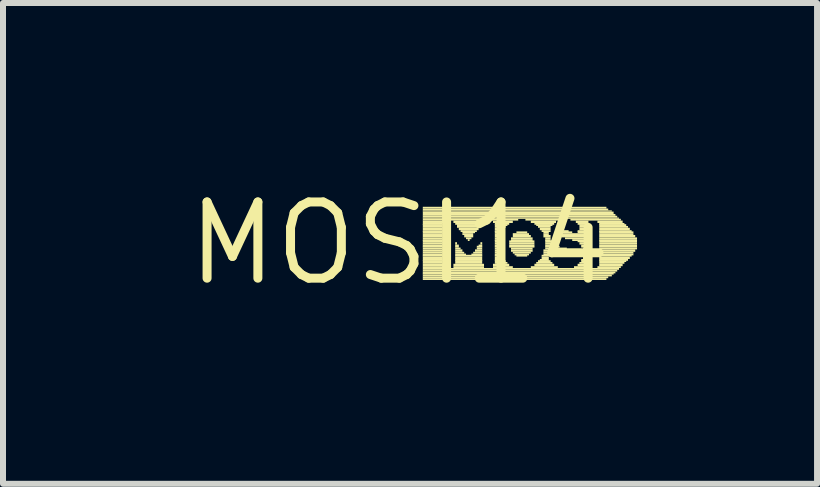
<source format=kicad_pcb>
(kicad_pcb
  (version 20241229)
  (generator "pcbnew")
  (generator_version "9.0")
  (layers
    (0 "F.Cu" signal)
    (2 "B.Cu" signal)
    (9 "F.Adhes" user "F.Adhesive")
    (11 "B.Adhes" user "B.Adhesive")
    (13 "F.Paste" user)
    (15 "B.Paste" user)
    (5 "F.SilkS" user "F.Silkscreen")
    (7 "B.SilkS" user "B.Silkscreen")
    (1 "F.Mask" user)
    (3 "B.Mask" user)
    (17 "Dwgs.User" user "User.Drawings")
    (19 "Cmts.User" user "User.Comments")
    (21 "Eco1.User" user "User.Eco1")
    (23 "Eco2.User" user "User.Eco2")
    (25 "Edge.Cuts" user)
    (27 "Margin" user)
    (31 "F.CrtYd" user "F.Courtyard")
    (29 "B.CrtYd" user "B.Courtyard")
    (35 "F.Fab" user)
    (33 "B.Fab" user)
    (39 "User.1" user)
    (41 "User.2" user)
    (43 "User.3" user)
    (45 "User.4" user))
  (footprint "MOSI14"
    (layer "F.Cu")
    (at 3.606 1.006)
    (property "Reference" "MOSI14" (at 0 0 0) (layer "F.SilkS") (effects (font (size 1.27 1.27) (thickness 0.15))))
    (fp_poly (pts (xy 0.39 -0.58) (xy 3.45 -0.58) (xy 3.45 -0.61) (xy 0.39 -0.61)) (stroke (width 0) (type solid)) (fill yes) (layer "F.SilkS"))
    (fp_poly (pts (xy 0.39 -0.55) (xy 3.48 -0.55) (xy 3.48 -0.58) (xy 0.39 -0.58)) (stroke (width 0) (type solid)) (fill yes) (layer "F.SilkS"))
    (fp_poly (pts (xy 0.39 -0.53) (xy 3.54 -0.53) (xy 3.54 -0.55) (xy 0.39 -0.55)) (stroke (width 0) (type solid)) (fill yes) (layer "F.SilkS"))
    (fp_poly (pts (xy 0.39 -0.49) (xy 3.57 -0.49) (xy 3.57 -0.53) (xy 0.39 -0.53)) (stroke (width 0) (type solid)) (fill yes) (layer "F.SilkS"))
    (fp_poly (pts (xy 0.39 -0.46) (xy 3.6 -0.46) (xy 3.6 -0.49) (xy 0.39 -0.49)) (stroke (width 0) (type solid)) (fill yes) (layer "F.SilkS"))
    (fp_poly (pts (xy 0.39 -0.43) (xy 3.63 -0.43) (xy 3.63 -0.46) (xy 0.39 -0.46)) (stroke (width 0) (type solid)) (fill yes) (layer "F.SilkS"))
    (fp_poly (pts (xy 0.39 -0.41) (xy 3.66 -0.41) (xy 3.66 -0.43) (xy 0.39 -0.43)) (stroke (width 0) (type solid)) (fill yes) (layer "F.SilkS"))
    (fp_poly (pts (xy 0.39 -0.38) (xy 1.98 -0.38) (xy 1.98 -0.41) (xy 0.39 -0.41)) (stroke (width 0) (type solid)) (fill yes) (layer "F.SilkS"))
    (fp_poly (pts (xy 0.39 -0.34) (xy 0.75 -0.34) (xy 0.75 -0.38) (xy 0.39 -0.38)) (stroke (width 0) (type solid)) (fill yes) (layer "F.SilkS"))
    (fp_poly (pts (xy 0.39 -0.31) (xy 0.72 -0.31) (xy 0.72 -0.34) (xy 0.39 -0.34)) (stroke (width 0) (type solid)) (fill yes) (layer "F.SilkS"))
    (fp_poly (pts (xy 0.39 -0.29) (xy 0.72 -0.29) (xy 0.72 -0.32) (xy 0.39 -0.32)) (stroke (width 0) (type solid)) (fill yes) (layer "F.SilkS"))
    (fp_poly (pts (xy 0.39 -0.26) (xy 0.72 -0.26) (xy 0.72 -0.29) (xy 0.39 -0.29)) (stroke (width 0) (type solid)) (fill yes) (layer "F.SilkS"))
    (fp_poly (pts (xy 0.39 -0.22) (xy 0.72 -0.22) (xy 0.72 -0.26) (xy 0.39 -0.26)) (stroke (width 0) (type solid)) (fill yes) (layer "F.SilkS"))
    (fp_poly (pts (xy 0.39 -0.19) (xy 0.72 -0.19) (xy 0.72 -0.22) (xy 0.39 -0.22)) (stroke (width 0) (type solid)) (fill yes) (layer "F.SilkS"))
    (fp_poly (pts (xy 0.39 -0.17) (xy 0.72 -0.17) (xy 0.72 -0.2) (xy 0.39 -0.2)) (stroke (width 0) (type solid)) (fill yes) (layer "F.SilkS"))
    (fp_poly (pts (xy 0.39 -0.14) (xy 0.72 -0.14) (xy 0.72 -0.17) (xy 0.39 -0.17)) (stroke (width 0) (type solid)) (fill yes) (layer "F.SilkS"))
    (fp_poly (pts (xy 0.39 -0.1) (xy 0.72 -0.1) (xy 0.72 -0.14) (xy 0.39 -0.14)) (stroke (width 0) (type solid)) (fill yes) (layer "F.SilkS"))
    (fp_poly (pts (xy 0.39 -0.07) (xy 0.72 -0.07) (xy 0.72 -0.1) (xy 0.39 -0.1)) (stroke (width 0) (type solid)) (fill yes) (layer "F.SilkS"))
    (fp_poly (pts (xy 0.39 -0.04) (xy 0.72 -0.04) (xy 0.72 -0.07) (xy 0.39 -0.07)) (stroke (width 0) (type solid)) (fill yes) (layer "F.SilkS"))
    (fp_poly (pts (xy 0.39 -0.02) (xy 0.72 -0.02) (xy 0.72 -0.05) (xy 0.39 -0.05)) (stroke (width 0) (type solid)) (fill yes) (layer "F.SilkS"))
    (fp_poly (pts (xy 0.39 0.02) (xy 0.72 0.02) (xy 0.72 -0.02) (xy 0.39 -0.02)) (stroke (width 0) (type solid)) (fill yes) (layer "F.SilkS"))
    (fp_poly (pts (xy 0.39 0.05) (xy 0.72 0.05) (xy 0.72 0.02) (xy 0.39 0.02)) (stroke (width 0) (type solid)) (fill yes) (layer "F.SilkS"))
    (fp_poly (pts (xy 0.39 0.07) (xy 0.72 0.07) (xy 0.72 0.04) (xy 0.39 0.04)) (stroke (width 0) (type solid)) (fill yes) (layer "F.SilkS"))
    (fp_poly (pts (xy 0.39 0.1) (xy 0.72 0.1) (xy 0.72 0.07) (xy 0.39 0.07)) (stroke (width 0) (type solid)) (fill yes) (layer "F.SilkS"))
    (fp_poly (pts (xy 0.39 0.14) (xy 0.72 0.14) (xy 0.72 0.1) (xy 0.39 0.1)) (stroke (width 0) (type solid)) (fill yes) (layer "F.SilkS"))
    (fp_poly (pts (xy 0.39 0.17) (xy 0.72 0.17) (xy 0.72 0.14) (xy 0.39 0.14)) (stroke (width 0) (type solid)) (fill yes) (layer "F.SilkS"))
    (fp_poly (pts (xy 0.39 0.2) (xy 0.72 0.2) (xy 0.72 0.17) (xy 0.39 0.17)) (stroke (width 0) (type solid)) (fill yes) (layer "F.SilkS"))
    (fp_poly (pts (xy 0.39 0.22) (xy 0.72 0.22) (xy 0.72 0.19) (xy 0.39 0.19)) (stroke (width 0) (type solid)) (fill yes) (layer "F.SilkS"))
    (fp_poly (pts (xy 0.39 0.26) (xy 0.72 0.26) (xy 0.72 0.22) (xy 0.39 0.22)) (stroke (width 0) (type solid)) (fill yes) (layer "F.SilkS"))
    (fp_poly (pts (xy 0.39 0.29) (xy 0.72 0.29) (xy 0.72 0.26) (xy 0.39 0.26)) (stroke (width 0) (type solid)) (fill yes) (layer "F.SilkS"))
    (fp_poly (pts (xy 0.39 0.31) (xy 0.72 0.31) (xy 0.72 0.28) (xy 0.39 0.28)) (stroke (width 0) (type solid)) (fill yes) (layer "F.SilkS"))
    (fp_poly (pts (xy 0.39 0.34) (xy 0.72 0.34) (xy 0.72 0.31) (xy 0.39 0.31)) (stroke (width 0) (type solid)) (fill yes) (layer "F.SilkS"))
    (fp_poly (pts (xy 0.39 0.38) (xy 0.75 0.38) (xy 0.75 0.34) (xy 0.39 0.34)) (stroke (width 0) (type solid)) (fill yes) (layer "F.SilkS"))
    (fp_poly (pts (xy 0.39 0.41) (xy 0.75 0.41) (xy 0.75 0.38) (xy 0.39 0.38)) (stroke (width 0) (type solid)) (fill yes) (layer "F.SilkS"))
    (fp_poly (pts (xy 0.39 0.44) (xy 3.66 0.44) (xy 3.66 0.41) (xy 0.39 0.41)) (stroke (width 0) (type solid)) (fill yes) (layer "F.SilkS"))
    (fp_poly (pts (xy 0.39 0.47) (xy 3.63 0.47) (xy 3.63 0.44) (xy 0.39 0.44)) (stroke (width 0) (type solid)) (fill yes) (layer "F.SilkS"))
    (fp_poly (pts (xy 0.39 0.5) (xy 3.6 0.5) (xy 3.6 0.47) (xy 0.39 0.47)) (stroke (width 0) (type solid)) (fill yes) (layer "F.SilkS"))
    (fp_poly (pts (xy 0.39 0.52) (xy 3.57 0.52) (xy 3.57 0.49) (xy 0.39 0.49)) (stroke (width 0) (type solid)) (fill yes) (layer "F.SilkS"))
    (fp_poly (pts (xy 0.39 0.55) (xy 3.54 0.55) (xy 3.54 0.52) (xy 0.39 0.52)) (stroke (width 0) (type solid)) (fill yes) (layer "F.SilkS"))
    (fp_poly (pts (xy 0.39 0.58) (xy 3.48 0.58) (xy 3.48 0.55) (xy 0.39 0.55)) (stroke (width 0) (type solid)) (fill yes) (layer "F.SilkS"))
    (fp_poly (pts (xy 0.39 0.61) (xy 3.45 0.61) (xy 3.45 0.58) (xy 0.39 0.58)) (stroke (width 0) (type solid)) (fill yes) (layer "F.SilkS"))
    (fp_poly (pts (xy 0.9 -0.34) (xy 1.41 -0.34) (xy 1.41 -0.38) (xy 0.9 -0.38)) (stroke (width 0) (type solid)) (fill yes) (layer "F.SilkS"))
    (fp_poly (pts (xy 0.9 0.38) (xy 1.41 0.38) (xy 1.41 0.34) (xy 0.9 0.34)) (stroke (width 0) (type solid)) (fill yes) (layer "F.SilkS"))
    (fp_poly (pts (xy 0.9 0.41) (xy 1.41 0.41) (xy 1.41 0.38) (xy 0.9 0.38)) (stroke (width 0) (type solid)) (fill yes) (layer "F.SilkS"))
    (fp_poly (pts (xy 0.93 -0.31) (xy 1.38 -0.31) (xy 1.38 -0.34) (xy 0.93 -0.34)) (stroke (width 0) (type solid)) (fill yes) (layer "F.SilkS"))
    (fp_poly (pts (xy 0.93 0.02) (xy 0.96 0.02) (xy 0.96 -0.02) (xy 0.93 -0.02)) (stroke (width 0) (type solid)) (fill yes) (layer "F.SilkS"))
    (fp_poly (pts (xy 0.93 0.05) (xy 0.99 0.05) (xy 0.99 0.02) (xy 0.93 0.02)) (stroke (width 0) (type solid)) (fill yes) (layer "F.SilkS"))
    (fp_poly (pts (xy 0.93 0.07) (xy 0.99 0.07) (xy 0.99 0.04) (xy 0.93 0.04)) (stroke (width 0) (type solid)) (fill yes) (layer "F.SilkS"))
    (fp_poly (pts (xy 0.93 0.1) (xy 1.02 0.1) (xy 1.02 0.07) (xy 0.93 0.07)) (stroke (width 0) (type solid)) (fill yes) (layer "F.SilkS"))
    (fp_poly (pts (xy 0.93 0.14) (xy 1.05 0.14) (xy 1.05 0.1) (xy 0.93 0.1)) (stroke (width 0) (type solid)) (fill yes) (layer "F.SilkS"))
    (fp_poly (pts (xy 0.93 0.17) (xy 1.08 0.17) (xy 1.08 0.14) (xy 0.93 0.14)) (stroke (width 0) (type solid)) (fill yes) (layer "F.SilkS"))
    (fp_poly (pts (xy 0.93 0.2) (xy 1.11 0.2) (xy 1.11 0.17) (xy 0.93 0.17)) (stroke (width 0) (type solid)) (fill yes) (layer "F.SilkS"))
    (fp_poly (pts (xy 0.93 0.22) (xy 1.38 0.22) (xy 1.38 0.19) (xy 0.93 0.19)) (stroke (width 0) (type solid)) (fill yes) (layer "F.SilkS"))
    (fp_poly (pts (xy 0.93 0.26) (xy 1.38 0.26) (xy 1.38 0.22) (xy 0.93 0.22)) (stroke (width 0) (type solid)) (fill yes) (layer "F.SilkS"))
    (fp_poly (pts (xy 0.93 0.29) (xy 1.38 0.29) (xy 1.38 0.26) (xy 0.93 0.26)) (stroke (width 0) (type solid)) (fill yes) (layer "F.SilkS"))
    (fp_poly (pts (xy 0.93 0.31) (xy 1.38 0.31) (xy 1.38 0.28) (xy 0.93 0.28)) (stroke (width 0) (type solid)) (fill yes) (layer "F.SilkS"))
    (fp_poly (pts (xy 0.93 0.34) (xy 1.38 0.34) (xy 1.38 0.31) (xy 0.93 0.31)) (stroke (width 0) (type solid)) (fill yes) (layer "F.SilkS"))
    (fp_poly (pts (xy 0.96 -0.29) (xy 1.35 -0.29) (xy 1.35 -0.32) (xy 0.96 -0.32)) (stroke (width 0) (type solid)) (fill yes) (layer "F.SilkS"))
    (fp_poly (pts (xy 0.96 -0.26) (xy 1.32 -0.26) (xy 1.32 -0.29) (xy 0.96 -0.29)) (stroke (width 0) (type solid)) (fill yes) (layer "F.SilkS"))
    (fp_poly (pts (xy 0.99 -0.22) (xy 1.32 -0.22) (xy 1.32 -0.26) (xy 0.99 -0.26)) (stroke (width 0) (type solid)) (fill yes) (layer "F.SilkS"))
    (fp_poly (pts (xy 1.02 -0.19) (xy 1.29 -0.19) (xy 1.29 -0.22) (xy 1.02 -0.22)) (stroke (width 0) (type solid)) (fill yes) (layer "F.SilkS"))
    (fp_poly (pts (xy 1.05 -0.17) (xy 1.26 -0.17) (xy 1.26 -0.2) (xy 1.05 -0.2)) (stroke (width 0) (type solid)) (fill yes) (layer "F.SilkS"))
    (fp_poly (pts (xy 1.05 -0.14) (xy 1.23 -0.14) (xy 1.23 -0.17) (xy 1.05 -0.17)) (stroke (width 0) (type solid)) (fill yes) (layer "F.SilkS"))
    (fp_poly (pts (xy 1.08 -0.1) (xy 1.23 -0.1) (xy 1.23 -0.14) (xy 1.08 -0.14)) (stroke (width 0) (type solid)) (fill yes) (layer "F.SilkS"))
    (fp_poly (pts (xy 1.11 -0.07) (xy 1.2 -0.07) (xy 1.2 -0.1) (xy 1.11 -0.1)) (stroke (width 0) (type solid)) (fill yes) (layer "F.SilkS"))
    (fp_poly (pts (xy 1.14 -0.04) (xy 1.17 -0.04) (xy 1.17 -0.07) (xy 1.14 -0.07)) (stroke (width 0) (type solid)) (fill yes) (layer "F.SilkS"))
    (fp_poly (pts (xy 1.2 0.2) (xy 1.38 0.2) (xy 1.38 0.17) (xy 1.2 0.17)) (stroke (width 0) (type solid)) (fill yes) (layer "F.SilkS"))
    (fp_poly (pts (xy 1.23 0.17) (xy 1.38 0.17) (xy 1.38 0.14) (xy 1.23 0.14)) (stroke (width 0) (type solid)) (fill yes) (layer "F.SilkS"))
    (fp_poly (pts (xy 1.26 0.14) (xy 1.38 0.14) (xy 1.38 0.1) (xy 1.26 0.1)) (stroke (width 0) (type solid)) (fill yes) (layer "F.SilkS"))
    (fp_poly (pts (xy 1.29 0.07) (xy 1.38 0.07) (xy 1.38 0.04) (xy 1.29 0.04)) (stroke (width 0) (type solid)) (fill yes) (layer "F.SilkS"))
    (fp_poly (pts (xy 1.29 0.1) (xy 1.38 0.1) (xy 1.38 0.07) (xy 1.29 0.07)) (stroke (width 0) (type solid)) (fill yes) (layer "F.SilkS"))
    (fp_poly (pts (xy 1.32 0.05) (xy 1.38 0.05) (xy 1.38 0.02) (xy 1.32 0.02)) (stroke (width 0) (type solid)) (fill yes) (layer "F.SilkS"))
    (fp_poly (pts (xy 1.35 0.02) (xy 1.38 0.02) (xy 1.38 -0.02) (xy 1.35 -0.02)) (stroke (width 0) (type solid)) (fill yes) (layer "F.SilkS"))
    (fp_poly (pts (xy 1.56 -0.34) (xy 1.89 -0.34) (xy 1.89 -0.38) (xy 1.56 -0.38)) (stroke (width 0) (type solid)) (fill yes) (layer "F.SilkS"))
    (fp_poly (pts (xy 1.56 0.38) (xy 1.83 0.38) (xy 1.83 0.34) (xy 1.56 0.34)) (stroke (width 0) (type solid)) (fill yes) (layer "F.SilkS"))
    (fp_poly (pts (xy 1.56 0.41) (xy 1.89 0.41) (xy 1.89 0.38) (xy 1.56 0.38)) (stroke (width 0) (type solid)) (fill yes) (layer "F.SilkS"))
    (fp_poly (pts (xy 1.59 -0.31) (xy 1.83 -0.31) (xy 1.83 -0.34) (xy 1.59 -0.34)) (stroke (width 0) (type solid)) (fill yes) (layer "F.SilkS"))
    (fp_poly (pts (xy 1.59 -0.29) (xy 1.8 -0.29) (xy 1.8 -0.32) (xy 1.59 -0.32)) (stroke (width 0) (type solid)) (fill yes) (layer "F.SilkS"))
    (fp_poly (pts (xy 1.59 -0.26) (xy 1.77 -0.26) (xy 1.77 -0.29) (xy 1.59 -0.29)) (stroke (width 0) (type solid)) (fill yes) (layer "F.SilkS"))
    (fp_poly (pts (xy 1.59 -0.22) (xy 1.74 -0.22) (xy 1.74 -0.26) (xy 1.59 -0.26)) (stroke (width 0) (type solid)) (fill yes) (layer "F.SilkS"))
    (fp_poly (pts (xy 1.59 -0.19) (xy 1.71 -0.19) (xy 1.71 -0.22) (xy 1.59 -0.22)) (stroke (width 0) (type solid)) (fill yes) (layer "F.SilkS"))
    (fp_poly (pts (xy 1.59 -0.17) (xy 1.68 -0.17) (xy 1.68 -0.2) (xy 1.59 -0.2)) (stroke (width 0) (type solid)) (fill yes) (layer "F.SilkS"))
    (fp_poly (pts (xy 1.59 -0.14) (xy 1.68 -0.14) (xy 1.68 -0.17) (xy 1.59 -0.17)) (stroke (width 0) (type solid)) (fill yes) (layer "F.SilkS"))
    (fp_poly (pts (xy 1.59 -0.1) (xy 1.68 -0.1) (xy 1.68 -0.14) (xy 1.59 -0.14)) (stroke (width 0) (type solid)) (fill yes) (layer "F.SilkS"))
    (fp_poly (pts (xy 1.59 -0.07) (xy 1.65 -0.07) (xy 1.65 -0.1) (xy 1.59 -0.1)) (stroke (width 0) (type solid)) (fill yes) (layer "F.SilkS"))
    (fp_poly (pts (xy 1.59 -0.04) (xy 1.65 -0.04) (xy 1.65 -0.07) (xy 1.59 -0.07)) (stroke (width 0) (type solid)) (fill yes) (layer "F.SilkS"))
    (fp_poly (pts (xy 1.59 -0.02) (xy 1.65 -0.02) (xy 1.65 -0.05) (xy 1.59 -0.05)) (stroke (width 0) (type solid)) (fill yes) (layer "F.SilkS"))
    (fp_poly (pts (xy 1.59 0.02) (xy 1.65 0.02) (xy 1.65 -0.02) (xy 1.59 -0.02)) (stroke (width 0) (type solid)) (fill yes) (layer "F.SilkS"))
    (fp_poly (pts (xy 1.59 0.05) (xy 1.65 0.05) (xy 1.65 0.02) (xy 1.59 0.02)) (stroke (width 0) (type solid)) (fill yes) (layer "F.SilkS"))
    (fp_poly (pts (xy 1.59 0.07) (xy 1.65 0.07) (xy 1.65 0.04) (xy 1.59 0.04)) (stroke (width 0) (type solid)) (fill yes) (layer "F.SilkS"))
    (fp_poly (pts (xy 1.59 0.1) (xy 1.65 0.1) (xy 1.65 0.07) (xy 1.59 0.07)) (stroke (width 0) (type solid)) (fill yes) (layer "F.SilkS"))
    (fp_poly (pts (xy 1.59 0.14) (xy 1.65 0.14) (xy 1.65 0.1) (xy 1.59 0.1)) (stroke (width 0) (type solid)) (fill yes) (layer "F.SilkS"))
    (fp_poly (pts (xy 1.59 0.17) (xy 1.68 0.17) (xy 1.68 0.14) (xy 1.59 0.14)) (stroke (width 0) (type solid)) (fill yes) (layer "F.SilkS"))
    (fp_poly (pts (xy 1.59 0.2) (xy 1.68 0.2) (xy 1.68 0.17) (xy 1.59 0.17)) (stroke (width 0) (type solid)) (fill yes) (layer "F.SilkS"))
    (fp_poly (pts (xy 1.59 0.22) (xy 1.71 0.22) (xy 1.71 0.19) (xy 1.59 0.19)) (stroke (width 0) (type solid)) (fill yes) (layer "F.SilkS"))
    (fp_poly (pts (xy 1.59 0.26) (xy 1.71 0.26) (xy 1.71 0.22) (xy 1.59 0.22)) (stroke (width 0) (type solid)) (fill yes) (layer "F.SilkS"))
    (fp_poly (pts (xy 1.59 0.29) (xy 1.74 0.29) (xy 1.74 0.26) (xy 1.59 0.26)) (stroke (width 0) (type solid)) (fill yes) (layer "F.SilkS"))
    (fp_poly (pts (xy 1.59 0.31) (xy 1.77 0.31) (xy 1.77 0.28) (xy 1.59 0.28)) (stroke (width 0) (type solid)) (fill yes) (layer "F.SilkS"))
    (fp_poly (pts (xy 1.59 0.34) (xy 1.8 0.34) (xy 1.8 0.31) (xy 1.59 0.31)) (stroke (width 0) (type solid)) (fill yes) (layer "F.SilkS"))
    (fp_poly (pts (xy 1.83 -0.02) (xy 2.25 -0.02) (xy 2.25 -0.05) (xy 1.83 -0.05)) (stroke (width 0) (type solid)) (fill yes) (layer "F.SilkS"))
    (fp_poly (pts (xy 1.83 0.02) (xy 2.25 0.02) (xy 2.25 -0.02) (xy 1.83 -0.02)) (stroke (width 0) (type solid)) (fill yes) (layer "F.SilkS"))
    (fp_poly (pts (xy 1.83 0.05) (xy 2.25 0.05) (xy 2.25 0.02) (xy 1.83 0.02)) (stroke (width 0) (type solid)) (fill yes) (layer "F.SilkS"))
    (fp_poly (pts (xy 1.83 0.07) (xy 2.25 0.07) (xy 2.25 0.04) (xy 1.83 0.04)) (stroke (width 0) (type solid)) (fill yes) (layer "F.SilkS"))
    (fp_poly (pts (xy 1.86 -0.07) (xy 2.22 -0.07) (xy 2.22 -0.1) (xy 1.86 -0.1)) (stroke (width 0) (type solid)) (fill yes) (layer "F.SilkS"))
    (fp_poly (pts (xy 1.86 -0.04) (xy 2.22 -0.04) (xy 2.22 -0.07) (xy 1.86 -0.07)) (stroke (width 0) (type solid)) (fill yes) (layer "F.SilkS"))
    (fp_poly (pts (xy 1.86 0.1) (xy 2.22 0.1) (xy 2.22 0.07) (xy 1.86 0.07)) (stroke (width 0) (type solid)) (fill yes) (layer "F.SilkS"))
    (fp_poly (pts (xy 1.86 0.14) (xy 2.22 0.14) (xy 2.22 0.1) (xy 1.86 0.1)) (stroke (width 0) (type solid)) (fill yes) (layer "F.SilkS"))
    (fp_poly (pts (xy 1.89 -0.14) (xy 2.16 -0.14) (xy 2.16 -0.17) (xy 1.89 -0.17)) (stroke (width 0) (type solid)) (fill yes) (layer "F.SilkS"))
    (fp_poly (pts (xy 1.89 -0.1) (xy 2.19 -0.1) (xy 2.19 -0.14) (xy 1.89 -0.14)) (stroke (width 0) (type solid)) (fill yes) (layer "F.SilkS"))
    (fp_poly (pts (xy 1.89 0.17) (xy 2.19 0.17) (xy 2.19 0.14) (xy 1.89 0.14)) (stroke (width 0) (type solid)) (fill yes) (layer "F.SilkS"))
    (fp_poly (pts (xy 1.92 0.2) (xy 2.16 0.2) (xy 2.16 0.17) (xy 1.92 0.17)) (stroke (width 0) (type solid)) (fill yes) (layer "F.SilkS"))
    (fp_poly (pts (xy 1.95 -0.17) (xy 2.13 -0.17) (xy 2.13 -0.2) (xy 1.95 -0.2)) (stroke (width 0) (type solid)) (fill yes) (layer "F.SilkS"))
    (fp_poly (pts (xy 1.95 0.22) (xy 2.13 0.22) (xy 2.13 0.19) (xy 1.95 0.19)) (stroke (width 0) (type solid)) (fill yes) (layer "F.SilkS"))
    (fp_poly (pts (xy 2.1 -0.38) (xy 2.7 -0.38) (xy 2.7 -0.41) (xy 2.1 -0.41)) (stroke (width 0) (type solid)) (fill yes) (layer "F.SilkS"))
    (fp_poly (pts (xy 2.19 -0.34) (xy 2.61 -0.34) (xy 2.61 -0.38) (xy 2.19 -0.38)) (stroke (width 0) (type solid)) (fill yes) (layer "F.SilkS"))
    (fp_poly (pts (xy 2.19 0.41) (xy 2.64 0.41) (xy 2.64 0.38) (xy 2.19 0.38)) (stroke (width 0) (type solid)) (fill yes) (layer "F.SilkS"))
    (fp_poly (pts (xy 2.25 -0.31) (xy 2.58 -0.31) (xy 2.58 -0.34) (xy 2.25 -0.34)) (stroke (width 0) (type solid)) (fill yes) (layer "F.SilkS"))
    (fp_poly (pts (xy 2.25 0.38) (xy 2.58 0.38) (xy 2.58 0.34) (xy 2.25 0.34)) (stroke (width 0) (type solid)) (fill yes) (layer "F.SilkS"))
    (fp_poly (pts (xy 2.28 -0.29) (xy 2.55 -0.29) (xy 2.55 -0.32) (xy 2.28 -0.32)) (stroke (width 0) (type solid)) (fill yes) (layer "F.SilkS"))
    (fp_poly (pts (xy 2.28 0.34) (xy 2.55 0.34) (xy 2.55 0.31) (xy 2.28 0.31)) (stroke (width 0) (type solid)) (fill yes) (layer "F.SilkS"))
    (fp_poly (pts (xy 2.31 -0.26) (xy 2.52 -0.26) (xy 2.52 -0.29) (xy 2.31 -0.29)) (stroke (width 0) (type solid)) (fill yes) (layer "F.SilkS"))
    (fp_poly (pts (xy 2.31 0.31) (xy 2.52 0.31) (xy 2.52 0.28) (xy 2.31 0.28)) (stroke (width 0) (type solid)) (fill yes) (layer "F.SilkS"))
    (fp_poly (pts (xy 2.34 -0.22) (xy 2.52 -0.22) (xy 2.52 -0.26) (xy 2.34 -0.26)) (stroke (width 0) (type solid)) (fill yes) (layer "F.SilkS"))
    (fp_poly (pts (xy 2.34 0.29) (xy 2.49 0.29) (xy 2.49 0.26) (xy 2.34 0.26)) (stroke (width 0) (type solid)) (fill yes) (layer "F.SilkS"))
    (fp_poly (pts (xy 2.37 -0.19) (xy 2.52 -0.19) (xy 2.52 -0.22) (xy 2.37 -0.22)) (stroke (width 0) (type solid)) (fill yes) (layer "F.SilkS"))
    (fp_poly (pts (xy 2.37 0.22) (xy 2.49 0.22) (xy 2.49 0.19) (xy 2.37 0.19)) (stroke (width 0) (type solid)) (fill yes) (layer "F.SilkS"))
    (fp_poly (pts (xy 2.37 0.26) (xy 2.49 0.26) (xy 2.49 0.22) (xy 2.37 0.22)) (stroke (width 0) (type solid)) (fill yes) (layer "F.SilkS"))
    (fp_poly (pts (xy 2.4 -0.17) (xy 2.49 -0.17) (xy 2.49 -0.2) (xy 2.4 -0.2)) (stroke (width 0) (type solid)) (fill yes) (layer "F.SilkS"))
    (fp_poly (pts (xy 2.4 -0.14) (xy 2.49 -0.14) (xy 2.49 -0.17) (xy 2.4 -0.17)) (stroke (width 0) (type solid)) (fill yes) (layer "F.SilkS"))
    (fp_poly (pts (xy 2.4 -0.1) (xy 2.52 -0.1) (xy 2.52 -0.14) (xy 2.4 -0.14)) (stroke (width 0) (type solid)) (fill yes) (layer "F.SilkS"))
    (fp_poly (pts (xy 2.4 0.14) (xy 2.85 0.14) (xy 2.85 0.1) (xy 2.4 0.1)) (stroke (width 0) (type solid)) (fill yes) (layer "F.SilkS"))
    (fp_poly (pts (xy 2.4 0.17) (xy 2.55 0.17) (xy 2.55 0.14) (xy 2.4 0.14)) (stroke (width 0) (type solid)) (fill yes) (layer "F.SilkS"))
    (fp_poly (pts (xy 2.4 0.2) (xy 2.52 0.2) (xy 2.52 0.17) (xy 2.4 0.17)) (stroke (width 0) (type solid)) (fill yes) (layer "F.SilkS"))
    (fp_poly (pts (xy 2.43 -0.07) (xy 2.52 -0.07) (xy 2.52 -0.1) (xy 2.43 -0.1)) (stroke (width 0) (type solid)) (fill yes) (layer "F.SilkS"))
    (fp_poly (pts (xy 2.43 -0.04) (xy 2.52 -0.04) (xy 2.52 -0.07) (xy 2.43 -0.07)) (stroke (width 0) (type solid)) (fill yes) (layer "F.SilkS"))
    (fp_poly (pts (xy 2.43 -0.02) (xy 2.55 -0.02) (xy 2.55 -0.05) (xy 2.43 -0.05)) (stroke (width 0) (type solid)) (fill yes) (layer "F.SilkS"))
    (fp_poly (pts (xy 2.43 0.02) (xy 2.55 0.02) (xy 2.55 -0.02) (xy 2.43 -0.02)) (stroke (width 0) (type solid)) (fill yes) (layer "F.SilkS"))
    (fp_poly (pts (xy 2.43 0.05) (xy 2.61 0.05) (xy 2.61 0.02) (xy 2.43 0.02)) (stroke (width 0) (type solid)) (fill yes) (layer "F.SilkS"))
    (fp_poly (pts (xy 2.43 0.07) (xy 2.67 0.07) (xy 2.67 0.04) (xy 2.43 0.04)) (stroke (width 0) (type solid)) (fill yes) (layer "F.SilkS"))
    (fp_poly (pts (xy 2.43 0.1) (xy 2.79 0.1) (xy 2.79 0.07) (xy 2.43 0.07)) (stroke (width 0) (type solid)) (fill yes) (layer "F.SilkS"))
    (fp_poly (pts (xy 2.64 0.17) (xy 2.88 0.17) (xy 2.88 0.14) (xy 2.64 0.14)) (stroke (width 0) (type solid)) (fill yes) (layer "F.SilkS"))
    (fp_poly (pts (xy 2.67 0.2) (xy 2.88 0.2) (xy 2.88 0.17) (xy 2.67 0.17)) (stroke (width 0) (type solid)) (fill yes) (layer "F.SilkS"))
    (fp_poly (pts (xy 2.7 -0.17) (xy 2.88 -0.17) (xy 2.88 -0.2) (xy 2.7 -0.2)) (stroke (width 0) (type solid)) (fill yes) (layer "F.SilkS"))
    (fp_poly (pts (xy 2.7 -0.14) (xy 3.15 -0.14) (xy 3.15 -0.17) (xy 2.7 -0.17)) (stroke (width 0) (type solid)) (fill yes) (layer "F.SilkS"))
    (fp_poly (pts (xy 2.7 -0.1) (xy 3.15 -0.1) (xy 3.15 -0.14) (xy 2.7 -0.14)) (stroke (width 0) (type solid)) (fill yes) (layer "F.SilkS"))
    (fp_poly (pts (xy 2.7 0.22) (xy 2.85 0.22) (xy 2.85 0.19) (xy 2.7 0.19)) (stroke (width 0) (type solid)) (fill yes) (layer "F.SilkS"))
    (fp_poly (pts (xy 2.73 -0.19) (xy 2.82 -0.19) (xy 2.82 -0.22) (xy 2.73 -0.22)) (stroke (width 0) (type solid)) (fill yes) (layer "F.SilkS"))
    (fp_poly (pts (xy 2.76 -0.07) (xy 3.15 -0.07) (xy 3.15 -0.1) (xy 2.76 -0.1)) (stroke (width 0) (type solid)) (fill yes) (layer "F.SilkS"))
    (fp_poly (pts (xy 2.85 -0.38) (xy 3.69 -0.38) (xy 3.69 -0.41) (xy 2.85 -0.41)) (stroke (width 0) (type solid)) (fill yes) (layer "F.SilkS"))
    (fp_poly (pts (xy 2.88 -0.04) (xy 3.15 -0.04) (xy 3.15 -0.07) (xy 2.88 -0.07)) (stroke (width 0) (type solid)) (fill yes) (layer "F.SilkS"))
    (fp_poly (pts (xy 2.91 0.41) (xy 3.15 0.41) (xy 3.15 0.38) (xy 2.91 0.38)) (stroke (width 0) (type solid)) (fill yes) (layer "F.SilkS"))
    (fp_poly (pts (xy 2.94 -0.34) (xy 3.15 -0.34) (xy 3.15 -0.38) (xy 2.94 -0.38)) (stroke (width 0) (type solid)) (fill yes) (layer "F.SilkS"))
    (fp_poly (pts (xy 2.97 -0.31) (xy 3.15 -0.31) (xy 3.15 -0.34) (xy 2.97 -0.34)) (stroke (width 0) (type solid)) (fill yes) (layer "F.SilkS"))
    (fp_poly (pts (xy 2.97 -0.19) (xy 3.15 -0.19) (xy 3.15 -0.22) (xy 2.97 -0.22)) (stroke (width 0) (type solid)) (fill yes) (layer "F.SilkS"))
    (fp_poly (pts (xy 2.97 -0.17) (xy 3.15 -0.17) (xy 3.15 -0.2) (xy 2.97 -0.2)) (stroke (width 0) (type solid)) (fill yes) (layer "F.SilkS"))
    (fp_poly (pts (xy 2.97 -0.02) (xy 3.15 -0.02) (xy 3.15 -0.05) (xy 2.97 -0.05)) (stroke (width 0) (type solid)) (fill yes) (layer "F.SilkS"))
    (fp_poly (pts (xy 2.97 0.38) (xy 3.15 0.38) (xy 3.15 0.34) (xy 2.97 0.34)) (stroke (width 0) (type solid)) (fill yes) (layer "F.SilkS"))
    (fp_poly (pts (xy 3 -0.29) (xy 3.15 -0.29) (xy 3.15 -0.32) (xy 3 -0.32)) (stroke (width 0) (type solid)) (fill yes) (layer "F.SilkS"))
    (fp_poly (pts (xy 3 -0.26) (xy 3.15 -0.26) (xy 3.15 -0.29) (xy 3 -0.29)) (stroke (width 0) (type solid)) (fill yes) (layer "F.SilkS"))
    (fp_poly (pts (xy 3 -0.22) (xy 3.15 -0.22) (xy 3.15 -0.26) (xy 3 -0.26)) (stroke (width 0) (type solid)) (fill yes) (layer "F.SilkS"))
    (fp_poly (pts (xy 3 0.02) (xy 3.15 0.02) (xy 3.15 -0.02) (xy 3 -0.02)) (stroke (width 0) (type solid)) (fill yes) (layer "F.SilkS"))
    (fp_poly (pts (xy 3 0.34) (xy 3.15 0.34) (xy 3.15 0.31) (xy 3 0.31)) (stroke (width 0) (type solid)) (fill yes) (layer "F.SilkS"))
    (fp_poly (pts (xy 3.03 0.05) (xy 3.15 0.05) (xy 3.15 0.02) (xy 3.03 0.02)) (stroke (width 0) (type solid)) (fill yes) (layer "F.SilkS"))
    (fp_poly (pts (xy 3.03 0.07) (xy 3.15 0.07) (xy 3.15 0.04) (xy 3.03 0.04)) (stroke (width 0) (type solid)) (fill yes) (layer "F.SilkS"))
    (fp_poly (pts (xy 3.03 0.29) (xy 3.15 0.29) (xy 3.15 0.26) (xy 3.03 0.26)) (stroke (width 0) (type solid)) (fill yes) (layer "F.SilkS"))
    (fp_poly (pts (xy 3.03 0.31) (xy 3.15 0.31) (xy 3.15 0.28) (xy 3.03 0.28)) (stroke (width 0) (type solid)) (fill yes) (layer "F.SilkS"))
    (fp_poly (pts (xy 3.06 0.1) (xy 3.15 0.1) (xy 3.15 0.07) (xy 3.06 0.07)) (stroke (width 0) (type solid)) (fill yes) (layer "F.SilkS"))
    (fp_poly (pts (xy 3.06 0.14) (xy 3.15 0.14) (xy 3.15 0.1) (xy 3.06 0.1)) (stroke (width 0) (type solid)) (fill yes) (layer "F.SilkS"))
    (fp_poly (pts (xy 3.06 0.17) (xy 3.15 0.17) (xy 3.15 0.14) (xy 3.06 0.14)) (stroke (width 0) (type solid)) (fill yes) (layer "F.SilkS"))
    (fp_poly (pts (xy 3.06 0.2) (xy 3.15 0.2) (xy 3.15 0.17) (xy 3.06 0.17)) (stroke (width 0) (type solid)) (fill yes) (layer "F.SilkS"))
    (fp_poly (pts (xy 3.06 0.22) (xy 3.15 0.22) (xy 3.15 0.19) (xy 3.06 0.19)) (stroke (width 0) (type solid)) (fill yes) (layer "F.SilkS"))
    (fp_poly (pts (xy 3.06 0.26) (xy 3.15 0.26) (xy 3.15 0.22) (xy 3.06 0.22)) (stroke (width 0) (type solid)) (fill yes) (layer "F.SilkS"))
    (fp_poly (pts (xy 3.3 -0.34) (xy 3.72 -0.34) (xy 3.72 -0.38) (xy 3.3 -0.38)) (stroke (width 0) (type solid)) (fill yes) (layer "F.SilkS"))
    (fp_poly (pts (xy 3.3 0.41) (xy 3.69 0.41) (xy 3.69 0.38) (xy 3.3 0.38)) (stroke (width 0) (type solid)) (fill yes) (layer "F.SilkS"))
    (fp_poly (pts (xy 3.33 -0.31) (xy 3.75 -0.31) (xy 3.75 -0.34) (xy 3.33 -0.34)) (stroke (width 0) (type solid)) (fill yes) (layer "F.SilkS"))
    (fp_poly (pts (xy 3.33 -0.29) (xy 3.78 -0.29) (xy 3.78 -0.32) (xy 3.33 -0.32)) (stroke (width 0) (type solid)) (fill yes) (layer "F.SilkS"))
    (fp_poly (pts (xy 3.33 -0.26) (xy 3.81 -0.26) (xy 3.81 -0.29) (xy 3.33 -0.29)) (stroke (width 0) (type solid)) (fill yes) (layer "F.SilkS"))
    (fp_poly (pts (xy 3.33 -0.22) (xy 3.84 -0.22) (xy 3.84 -0.26) (xy 3.33 -0.26)) (stroke (width 0) (type solid)) (fill yes) (layer "F.SilkS"))
    (fp_poly (pts (xy 3.33 -0.19) (xy 3.87 -0.19) (xy 3.87 -0.22) (xy 3.33 -0.22)) (stroke (width 0) (type solid)) (fill yes) (layer "F.SilkS"))
    (fp_poly (pts (xy 3.33 -0.17) (xy 3.9 -0.17) (xy 3.9 -0.2) (xy 3.33 -0.2)) (stroke (width 0) (type solid)) (fill yes) (layer "F.SilkS"))
    (fp_poly (pts (xy 3.33 -0.14) (xy 3.9 -0.14) (xy 3.9 -0.17) (xy 3.33 -0.17)) (stroke (width 0) (type solid)) (fill yes) (layer "F.SilkS"))
    (fp_poly (pts (xy 3.33 -0.1) (xy 3.93 -0.1) (xy 3.93 -0.14) (xy 3.33 -0.14)) (stroke (width 0) (type solid)) (fill yes) (layer "F.SilkS"))
    (fp_poly (pts (xy 3.33 -0.07) (xy 3.96 -0.07) (xy 3.96 -0.1) (xy 3.33 -0.1)) (stroke (width 0) (type solid)) (fill yes) (layer "F.SilkS"))
    (fp_poly (pts (xy 3.33 -0.04) (xy 3.96 -0.04) (xy 3.96 -0.07) (xy 3.33 -0.07)) (stroke (width 0) (type solid)) (fill yes) (layer "F.SilkS"))
    (fp_poly (pts (xy 3.33 -0.02) (xy 3.96 -0.02) (xy 3.96 -0.05) (xy 3.33 -0.05)) (stroke (width 0) (type solid)) (fill yes) (layer "F.SilkS"))
    (fp_poly (pts (xy 3.33 0.02) (xy 3.96 0.02) (xy 3.96 -0.02) (xy 3.33 -0.02)) (stroke (width 0) (type solid)) (fill yes) (layer "F.SilkS"))
    (fp_poly (pts (xy 3.33 0.05) (xy 3.96 0.05) (xy 3.96 0.02) (xy 3.33 0.02)) (stroke (width 0) (type solid)) (fill yes) (layer "F.SilkS"))
    (fp_poly (pts (xy 3.33 0.07) (xy 3.96 0.07) (xy 3.96 0.04) (xy 3.33 0.04)) (stroke (width 0) (type solid)) (fill yes) (layer "F.SilkS"))
    (fp_poly (pts (xy 3.33 0.1) (xy 3.96 0.1) (xy 3.96 0.07) (xy 3.33 0.07)) (stroke (width 0) (type solid)) (fill yes) (layer "F.SilkS"))
    (fp_poly (pts (xy 3.33 0.14) (xy 3.93 0.14) (xy 3.93 0.1) (xy 3.33 0.1)) (stroke (width 0) (type solid)) (fill yes) (layer "F.SilkS"))
    (fp_poly (pts (xy 3.33 0.17) (xy 3.9 0.17) (xy 3.9 0.14) (xy 3.33 0.14)) (stroke (width 0) (type solid)) (fill yes) (layer "F.SilkS"))
    (fp_poly (pts (xy 3.33 0.2) (xy 3.9 0.2) (xy 3.9 0.17) (xy 3.33 0.17)) (stroke (width 0) (type solid)) (fill yes) (layer "F.SilkS"))
    (fp_poly (pts (xy 3.33 0.22) (xy 3.87 0.22) (xy 3.87 0.19) (xy 3.33 0.19)) (stroke (width 0) (type solid)) (fill yes) (layer "F.SilkS"))
    (fp_poly (pts (xy 3.33 0.26) (xy 3.84 0.26) (xy 3.84 0.22) (xy 3.33 0.22)) (stroke (width 0) (type solid)) (fill yes) (layer "F.SilkS"))
    (fp_poly (pts (xy 3.33 0.29) (xy 3.81 0.29) (xy 3.81 0.26) (xy 3.33 0.26)) (stroke (width 0) (type solid)) (fill yes) (layer "F.SilkS"))
    (fp_poly (pts (xy 3.33 0.31) (xy 3.78 0.31) (xy 3.78 0.28) (xy 3.33 0.28)) (stroke (width 0) (type solid)) (fill yes) (layer "F.SilkS"))
    (fp_poly (pts (xy 3.33 0.34) (xy 3.75 0.34) (xy 3.75 0.31) (xy 3.33 0.31)) (stroke (width 0) (type solid)) (fill yes) (layer "F.SilkS"))
    (fp_poly (pts (xy 3.33 0.38) (xy 3.72 0.38) (xy 3.72 0.34) (xy 3.33 0.34)) (stroke (width 0) (type solid)) (fill yes) (layer "F.SilkS")))
  (gr_rect
    (start -3 -3)
    (end 10.566 5.012)
    (stroke (width 0.1) (type default))
    (fill no)
    (layer "Edge.Cuts")))
</source>
